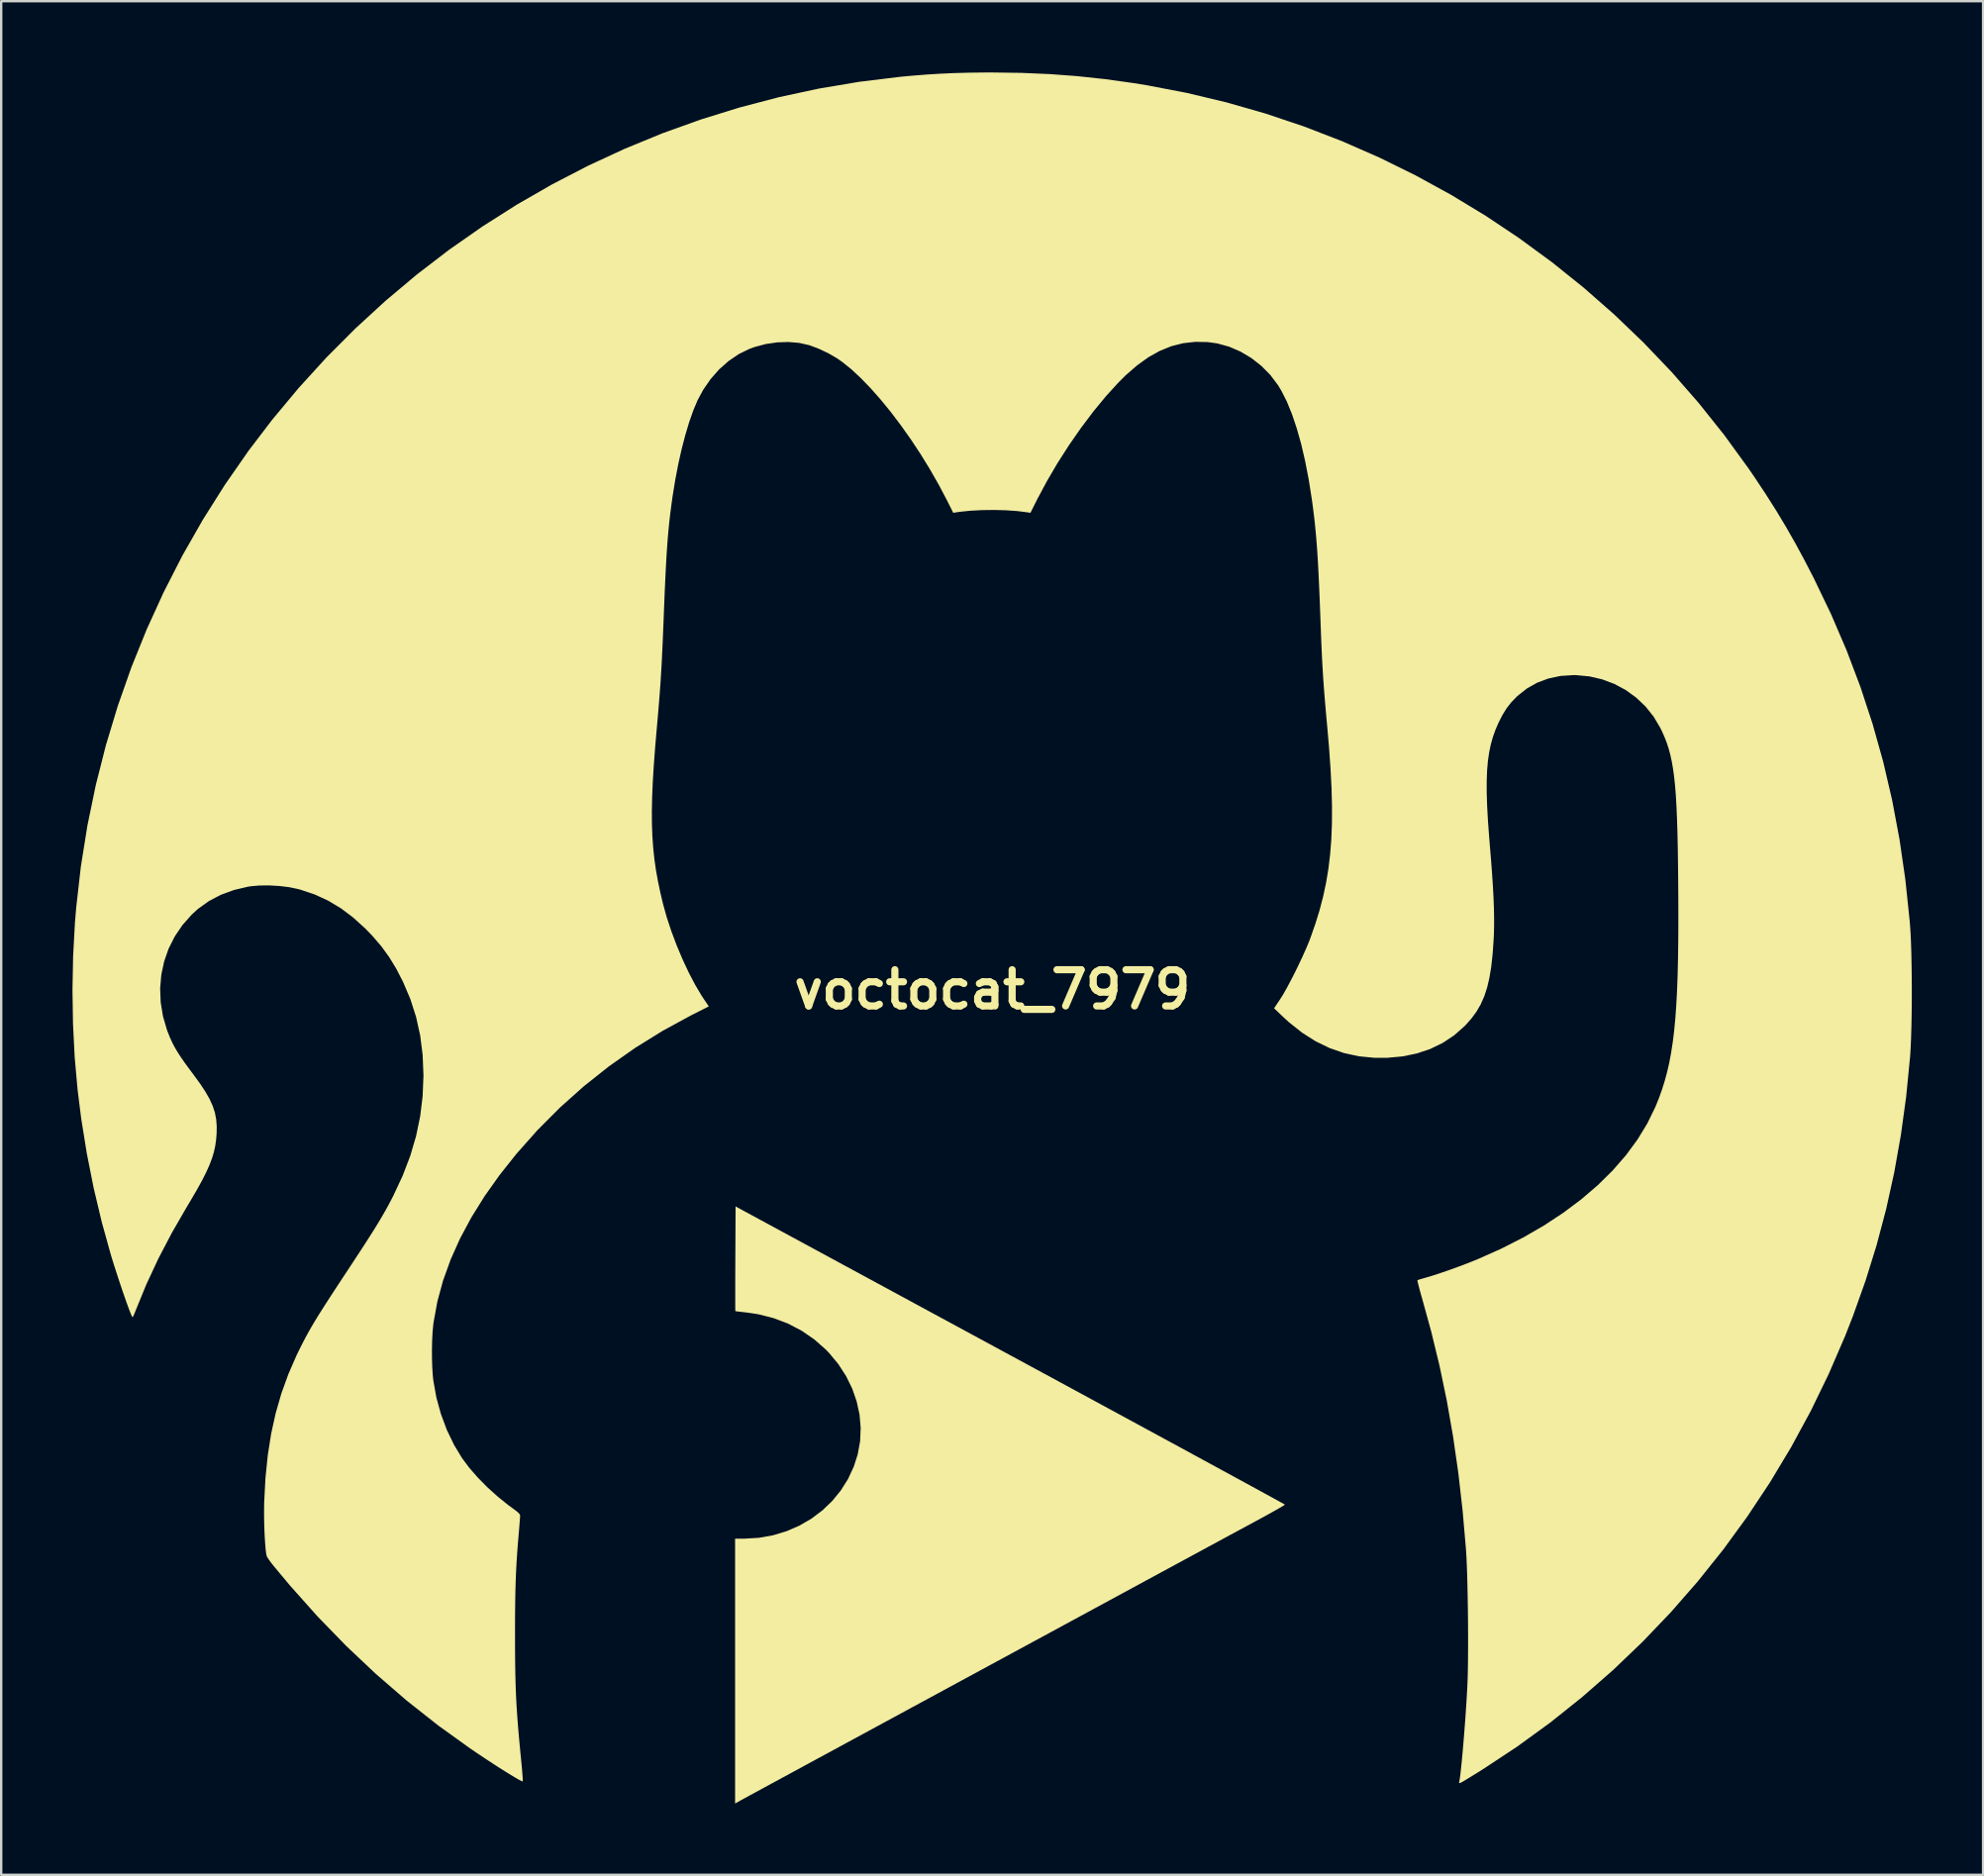
<source format=kicad_pcb>
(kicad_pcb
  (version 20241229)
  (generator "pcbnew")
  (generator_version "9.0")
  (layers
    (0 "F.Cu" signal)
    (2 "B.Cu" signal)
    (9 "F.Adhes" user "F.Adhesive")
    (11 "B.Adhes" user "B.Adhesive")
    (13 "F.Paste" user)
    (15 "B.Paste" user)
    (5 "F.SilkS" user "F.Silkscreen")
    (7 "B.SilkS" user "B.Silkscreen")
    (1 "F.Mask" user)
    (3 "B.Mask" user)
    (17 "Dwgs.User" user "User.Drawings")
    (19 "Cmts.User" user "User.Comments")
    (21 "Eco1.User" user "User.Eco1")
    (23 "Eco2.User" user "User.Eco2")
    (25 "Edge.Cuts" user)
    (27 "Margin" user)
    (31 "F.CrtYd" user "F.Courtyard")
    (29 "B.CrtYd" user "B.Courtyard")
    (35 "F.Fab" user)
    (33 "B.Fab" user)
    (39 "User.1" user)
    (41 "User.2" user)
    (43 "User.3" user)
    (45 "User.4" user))
  (footprint "voctocat_7979"
    (layer "F.Cu")
    (at 38.708 38.594)
    (property "Reference" "voctocat_7979" (at 0 0 0) (layer "F.SilkS") (effects (font (size 1.524 1.524) (thickness 0.3))))
    (attr board_only exclude_from_pos_files exclude_from_bom)
    (fp_poly (pts (xy 0.75 15.387) (xy 1.642 15.87) (xy 2.516 16.343) (xy 3.369 16.806) (xy 4.199 17.256) (xy 5.004 17.693) (xy 5.78 18.114) (xy 6.526 18.519) (xy 7.238 18.906) (xy 7.915 19.273) (xy 8.553 19.62) (xy 9.15 19.945) (xy 9.704 20.247) (xy 10.212 20.523) (xy 10.671 20.773) (xy 11.08 20.996) (xy 11.434 21.19) (xy 11.732 21.353) (xy 11.972 21.485) (xy 12.15 21.583) (xy 12.264 21.647) (xy 12.312 21.675) (xy 12.313 21.676) (xy 12.281 21.701) (xy 12.187 21.759) (xy 12.039 21.845) (xy 11.843 21.956) (xy 11.607 22.087) (xy 11.339 22.234) (xy 11.047 22.393) (xy 10.99 22.424) (xy 10.708 22.576) (xy 10.367 22.76) (xy 9.979 22.969) (xy 9.555 23.199) (xy 9.107 23.441) (xy 8.644 23.692) (xy 8.179 23.944) (xy 7.722 24.191) (xy 7.367 24.384) (xy 7.108 24.524) (xy 6.783 24.7) (xy 6.398 24.909) (xy 5.957 25.148) (xy 5.465 25.415) (xy 4.925 25.708) (xy 4.343 26.023) (xy 3.722 26.36) (xy 3.068 26.714) (xy 2.385 27.085) (xy 1.676 27.469) (xy 0.948 27.864) (xy 0.204 28.267) (xy -0.552 28.677) (xy -1.315 29.09) (xy -2.08 29.505) (xy -2.666 29.823) (xy -3.398 30.219) (xy -4.112 30.607) (xy -4.806 30.983) (xy -5.477 31.347) (xy -6.121 31.696) (xy -6.736 32.03) (xy -7.318 32.345) (xy -7.863 32.641) (xy -8.369 32.916) (xy -8.832 33.167) (xy -9.249 33.393) (xy -9.617 33.593) (xy -9.933 33.765) (xy -10.193 33.906) (xy -10.394 34.016) (xy -10.533 34.092) (xy -10.607 34.132) (xy -10.616 34.137) (xy -10.824 34.254) (xy -10.824 23.109) (xy -10.438 23.109) (xy -9.822 23.072) (xy -9.225 22.966) (xy -8.655 22.793) (xy -8.116 22.559) (xy -7.612 22.266) (xy -7.151 21.919) (xy -6.736 21.522) (xy -6.374 21.078) (xy -6.068 20.592) (xy -5.826 20.067) (xy -5.664 19.56) (xy -5.563 19.009) (xy -5.539 18.449) (xy -5.587 17.888) (xy -5.708 17.333) (xy -5.897 16.789) (xy -6.155 16.265) (xy -6.478 15.765) (xy -6.864 15.298) (xy -7.009 15.148) (xy -7.494 14.721) (xy -8.025 14.357) (xy -8.597 14.058) (xy -9.206 13.827) (xy -9.848 13.664) (xy -10.369 13.587) (xy -10.545 13.567) (xy -10.688 13.551) (xy -10.783 13.538) (xy -10.814 13.532) (xy -10.816 13.492) (xy -10.817 13.38) (xy -10.818 13.203) (xy -10.818 12.969) (xy -10.818 12.684) (xy -10.818 12.356) (xy -10.817 11.991) (xy -10.815 11.598) (xy -10.814 11.325) (xy -10.804 9.128)) (stroke (width 0) (type solid)) (fill yes) (layer "F.SilkS"))
    (fp_poly (pts (xy 1.222 -38.577) (xy 2.416 -38.526) (xy 3.583 -38.439) (xy 4.747 -38.314) (xy 5.931 -38.149) (xy 6.495 -38.058) (xy 8.187 -37.734) (xy 9.857 -37.335) (xy 11.504 -36.863) (xy 13.125 -36.318) (xy 14.718 -35.702) (xy 16.281 -35.017) (xy 17.811 -34.264) (xy 19.306 -33.445) (xy 20.763 -32.562) (xy 22.181 -31.614) (xy 23.557 -30.605) (xy 24.888 -29.536) (xy 26.173 -28.408) (xy 27.409 -27.222) (xy 28.595 -25.98) (xy 29.726 -24.684) (xy 30.802 -23.335) (xy 31.82 -21.935) (xy 32.084 -21.549) (xy 32.56 -20.83) (xy 32.996 -20.142) (xy 33.404 -19.464) (xy 33.797 -18.774) (xy 34.188 -18.05) (xy 34.564 -17.322) (xy 35.293 -15.804) (xy 35.949 -14.276) (xy 36.533 -12.733) (xy 37.046 -11.171) (xy 37.491 -9.584) (xy 37.867 -7.968) (xy 38.177 -6.318) (xy 38.422 -4.63) (xy 38.603 -2.898) (xy 38.621 -2.686) (xy 38.643 -2.35) (xy 38.661 -1.948) (xy 38.675 -1.494) (xy 38.685 -0.999) (xy 38.691 -0.479) (xy 38.694 0.055) (xy 38.692 0.59) (xy 38.686 1.112) (xy 38.676 1.609) (xy 38.662 2.067) (xy 38.644 2.474) (xy 38.623 2.815) (xy 38.62 2.844) (xy 38.456 4.509) (xy 38.234 6.125) (xy 37.954 7.699) (xy 37.614 9.241) (xy 37.212 10.758) (xy 36.745 12.259) (xy 36.213 13.75) (xy 35.889 14.576) (xy 35.199 16.174) (xy 34.442 17.734) (xy 33.617 19.256) (xy 32.727 20.737) (xy 31.774 22.174) (xy 30.76 23.566) (xy 29.685 24.91) (xy 28.553 26.205) (xy 27.365 27.448) (xy 26.123 28.637) (xy 24.828 29.77) (xy 23.483 30.845) (xy 22.088 31.859) (xy 20.647 32.811) (xy 20.42 32.953) (xy 20.169 33.108) (xy 19.978 33.225) (xy 19.838 33.309) (xy 19.743 33.363) (xy 19.683 33.39) (xy 19.653 33.395) (xy 19.643 33.381) (xy 19.646 33.353) (xy 19.651 33.332) (xy 19.672 33.209) (xy 19.698 33.017) (xy 19.726 32.765) (xy 19.757 32.463) (xy 19.789 32.12) (xy 19.821 31.745) (xy 19.854 31.349) (xy 19.886 30.94) (xy 19.916 30.528) (xy 19.943 30.123) (xy 19.967 29.734) (xy 19.987 29.37) (xy 19.991 29.291) (xy 20.004 28.971) (xy 20.013 28.587) (xy 20.018 28.152) (xy 20.021 27.676) (xy 20.021 27.173) (xy 20.019 26.654) (xy 20.013 26.131) (xy 20.005 25.615) (xy 19.995 25.119) (xy 19.983 24.654) (xy 19.968 24.233) (xy 19.952 23.867) (xy 19.933 23.567) (xy 19.933 23.563) (xy 19.79 21.918) (xy 19.609 20.333) (xy 19.388 18.798) (xy 19.126 17.303) (xy 18.821 15.838) (xy 18.47 14.393) (xy 18.099 13.045) (xy 18.031 12.807) (xy 17.973 12.595) (xy 17.928 12.422) (xy 17.899 12.298) (xy 17.889 12.235) (xy 17.89 12.229) (xy 17.937 12.213) (xy 18.04 12.181) (xy 18.181 12.141) (xy 18.23 12.127) (xy 18.518 12.041) (xy 18.858 11.93) (xy 19.231 11.802) (xy 19.615 11.663) (xy 19.992 11.521) (xy 20.341 11.382) (xy 20.412 11.353) (xy 21.4 10.913) (xy 22.334 10.439) (xy 23.211 9.932) (xy 24.028 9.394) (xy 24.785 8.827) (xy 25.477 8.234) (xy 26.104 7.616) (xy 26.662 6.975) (xy 27.15 6.313) (xy 27.565 5.632) (xy 27.904 4.935) (xy 27.92 4.898) (xy 28.057 4.557) (xy 28.181 4.21) (xy 28.293 3.853) (xy 28.394 3.482) (xy 28.484 3.092) (xy 28.562 2.678) (xy 28.631 2.235) (xy 28.69 1.759) (xy 28.74 1.245) (xy 28.78 0.689) (xy 28.813 0.085) (xy 28.838 -0.572) (xy 28.855 -1.285) (xy 28.866 -2.06) (xy 28.87 -2.902) (xy 28.868 -3.814) (xy 28.864 -4.444) (xy 28.856 -5.229) (xy 28.846 -5.941) (xy 28.832 -6.584) (xy 28.814 -7.163) (xy 28.792 -7.685) (xy 28.765 -8.153) (xy 28.732 -8.574) (xy 28.692 -8.952) (xy 28.646 -9.293) (xy 28.592 -9.602) (xy 28.53 -9.884) (xy 28.46 -10.145) (xy 28.38 -10.389) (xy 28.29 -10.621) (xy 28.19 -10.848) (xy 28.113 -11.007) (xy 27.83 -11.484) (xy 27.49 -11.911) (xy 27.096 -12.286) (xy 26.657 -12.604) (xy 26.179 -12.861) (xy 25.666 -13.054) (xy 25.127 -13.179) (xy 24.567 -13.232) (xy 24.45 -13.233) (xy 23.911 -13.198) (xy 23.404 -13.091) (xy 22.932 -12.915) (xy 22.497 -12.67) (xy 22.1 -12.356) (xy 22.074 -12.331) (xy 21.841 -12.091) (xy 21.644 -11.839) (xy 21.465 -11.55) (xy 21.309 -11.243) (xy 21.179 -10.945) (xy 21.069 -10.64) (xy 20.979 -10.32) (xy 20.908 -9.98) (xy 20.855 -9.612) (xy 20.821 -9.21) (xy 20.805 -8.767) (xy 20.805 -8.276) (xy 20.823 -7.73) (xy 20.856 -7.124) (xy 20.906 -6.449) (xy 20.93 -6.151) (xy 20.985 -5.484) (xy 21.03 -4.888) (xy 21.065 -4.355) (xy 21.091 -3.876) (xy 21.108 -3.444) (xy 21.116 -3.051) (xy 21.116 -2.689) (xy 21.108 -2.35) (xy 21.096 -2.09) (xy 21.054 -1.492) (xy 20.996 -0.963) (xy 20.919 -0.496) (xy 20.822 -0.081) (xy 20.7 0.289) (xy 20.552 0.624) (xy 20.373 0.931) (xy 20.163 1.218) (xy 19.917 1.495) (xy 19.87 1.543) (xy 19.437 1.925) (xy 18.958 2.243) (xy 18.435 2.498) (xy 17.869 2.688) (xy 17.264 2.813) (xy 16.62 2.872) (xy 16.082 2.872) (xy 15.43 2.809) (xy 14.802 2.673) (xy 14.196 2.463) (xy 13.61 2.179) (xy 13.043 1.819) (xy 12.492 1.383) (xy 12.244 1.156) (xy 11.857 0.788) (xy 12.114 0.404) (xy 12.243 0.198) (xy 12.393 -0.067) (xy 12.557 -0.375) (xy 12.729 -0.71) (xy 12.899 -1.058) (xy 13.061 -1.404) (xy 13.208 -1.732) (xy 13.331 -2.028) (xy 13.389 -2.18) (xy 13.593 -2.762) (xy 13.77 -3.335) (xy 13.92 -3.907) (xy 14.044 -4.485) (xy 14.142 -5.075) (xy 14.216 -5.686) (xy 14.266 -6.325) (xy 14.292 -6.997) (xy 14.295 -7.712) (xy 14.275 -8.475) (xy 14.233 -9.294) (xy 14.171 -10.177) (xy 14.103 -10.962) (xy 14.054 -11.495) (xy 14.013 -11.969) (xy 13.977 -12.4) (xy 13.946 -12.801) (xy 13.919 -13.188) (xy 13.896 -13.575) (xy 13.874 -13.977) (xy 13.854 -14.409) (xy 13.834 -14.886) (xy 13.814 -15.421) (xy 13.807 -15.623) (xy 13.781 -16.299) (xy 13.756 -16.905) (xy 13.731 -17.449) (xy 13.705 -17.94) (xy 13.678 -18.386) (xy 13.648 -18.796) (xy 13.616 -19.179) (xy 13.581 -19.543) (xy 13.542 -19.897) (xy 13.498 -20.249) (xy 13.45 -20.608) (xy 13.448 -20.62) (xy 13.316 -21.456) (xy 13.165 -22.237) (xy 12.997 -22.961) (xy 12.81 -23.623) (xy 12.608 -24.221) (xy 12.392 -24.75) (xy 12.161 -25.206) (xy 12.019 -25.44) (xy 11.696 -25.868) (xy 11.319 -26.249) (xy 10.899 -26.578) (xy 10.445 -26.848) (xy 9.964 -27.055) (xy 9.467 -27.192) (xy 9.066 -27.248) (xy 8.54 -27.258) (xy 8.031 -27.201) (xy 7.537 -27.076) (xy 7.052 -26.88) (xy 6.573 -26.613) (xy 6.096 -26.271) (xy 5.617 -25.855) (xy 5.31 -25.549) (xy 4.786 -24.974) (xy 4.259 -24.335) (xy 3.738 -23.644) (xy 3.231 -22.915) (xy 2.748 -22.162) (xy 2.299 -21.397) (xy 1.891 -20.635) (xy 1.848 -20.549) (xy 1.605 -20.063) (xy 1.464 -20.085) (xy 1.044 -20.137) (xy 0.572 -20.17) (xy 0.071 -20.183) (xy -0.434 -20.177) (xy -0.919 -20.151) (xy -1.361 -20.106) (xy -1.503 -20.085) (xy -1.644 -20.063) (xy -1.898 -20.569) (xy -2.245 -21.228) (xy -2.617 -21.881) (xy -3.011 -22.522) (xy -3.421 -23.143) (xy -3.843 -23.739) (xy -4.27 -24.303) (xy -4.699 -24.829) (xy -5.124 -25.31) (xy -5.541 -25.74) (xy -5.943 -26.113) (xy -6.328 -26.421) (xy -6.555 -26.578) (xy -6.915 -26.785) (xy -7.305 -26.969) (xy -7.688 -27.113) (xy -7.703 -27.118) (xy -8.121 -27.213) (xy -8.577 -27.252) (xy -9.053 -27.236) (xy -9.533 -27.166) (xy -10 -27.042) (xy -10.211 -26.966) (xy -10.665 -26.745) (xy -11.095 -26.453) (xy -11.494 -26.1) (xy -11.855 -25.69) (xy -12.17 -25.234) (xy -12.404 -24.797) (xy -12.58 -24.38) (xy -12.752 -23.893) (xy -12.916 -23.347) (xy -13.072 -22.75) (xy -13.215 -22.113) (xy -13.343 -21.444) (xy -13.455 -20.754) (xy -13.466 -20.679) (xy -13.512 -20.344) (xy -13.554 -20.018) (xy -13.591 -19.693) (xy -13.625 -19.359) (xy -13.656 -19.01) (xy -13.684 -18.636) (xy -13.711 -18.229) (xy -13.736 -17.782) (xy -13.761 -17.285) (xy -13.786 -16.73) (xy -13.811 -16.109) (xy -13.826 -15.722) (xy -13.85 -15.129) (xy -13.872 -14.6) (xy -13.894 -14.123) (xy -13.916 -13.683) (xy -13.941 -13.265) (xy -13.967 -12.857) (xy -13.997 -12.443) (xy -14.032 -12.01) (xy -14.071 -11.545) (xy -14.116 -11.032) (xy -14.122 -10.962) (xy -14.192 -10.147) (xy -14.247 -9.402) (xy -14.289 -8.719) (xy -14.315 -8.09) (xy -14.327 -7.508) (xy -14.324 -6.964) (xy -14.305 -6.451) (xy -14.27 -5.962) (xy -14.22 -5.487) (xy -14.153 -5.02) (xy -14.069 -4.552) (xy -13.969 -4.076) (xy -13.859 -3.614) (xy -13.702 -3.047) (xy -13.508 -2.459) (xy -13.285 -1.865) (xy -13.039 -1.281) (xy -12.778 -0.722) (xy -12.507 -0.205) (xy -12.234 0.256) (xy -12.124 0.423) (xy -11.93 0.708) (xy -12.674 1.085) (xy -13.872 1.737) (xy -15.025 2.452) (xy -16.13 3.229) (xy -17.186 4.067) (xy -18.19 4.963) (xy -19.14 5.916) (xy -20.024 6.912) (xy -20.736 7.808) (xy -21.369 8.701) (xy -21.923 9.591) (xy -22.399 10.479) (xy -22.795 11.364) (xy -23.113 12.246) (xy -23.352 13.124) (xy -23.512 14) (xy -23.522 14.075) (xy -23.552 14.383) (xy -23.572 14.745) (xy -23.581 15.137) (xy -23.579 15.537) (xy -23.567 15.92) (xy -23.543 16.263) (xy -23.523 16.452) (xy -23.396 17.163) (xy -23.204 17.862) (xy -22.953 18.535) (xy -22.647 19.169) (xy -22.311 19.723) (xy -22.012 20.124) (xy -21.652 20.536) (xy -21.246 20.948) (xy -20.808 21.343) (xy -20.351 21.71) (xy -20.116 21.881) (xy -19.969 21.994) (xy -19.889 22.082) (xy -19.87 22.137) (xy -19.874 22.203) (xy -19.883 22.333) (xy -19.897 22.511) (xy -19.914 22.722) (xy -19.927 22.872) (xy -19.965 23.32) (xy -19.996 23.736) (xy -20.022 24.134) (xy -20.042 24.526) (xy -20.058 24.925) (xy -20.07 25.345) (xy -20.078 25.799) (xy -20.083 26.299) (xy -20.085 26.86) (xy -20.085 27.138) (xy -20.084 27.753) (xy -20.08 28.303) (xy -20.072 28.803) (xy -20.06 29.267) (xy -20.043 29.71) (xy -20.02 30.146) (xy -19.991 30.589) (xy -19.955 31.055) (xy -19.911 31.556) (xy -19.859 32.108) (xy -19.824 32.462) (xy -19.8 32.711) (xy -19.781 32.932) (xy -19.767 33.115) (xy -19.759 33.247) (xy -19.759 33.316) (xy -19.761 33.323) (xy -19.803 33.312) (xy -19.903 33.262) (xy -20.054 33.176) (xy -20.249 33.059) (xy -20.481 32.916) (xy -20.741 32.752) (xy -21.024 32.57) (xy -21.321 32.375) (xy -21.626 32.172) (xy -21.931 31.965) (xy -21.944 31.957) (xy -23.312 30.974) (xy -24.645 29.922) (xy -25.94 28.802) (xy -27.194 27.618) (xy -28.404 26.372) (xy -29.569 25.065) (xy -30.25 24.248) (xy -30.36 24.107) (xy -30.452 23.98) (xy -30.515 23.883) (xy -30.531 23.85) (xy -30.555 23.749) (xy -30.577 23.582) (xy -30.597 23.36) (xy -30.614 23.096) (xy -30.629 22.803) (xy -30.639 22.493) (xy -30.645 22.179) (xy -30.645 21.872) (xy -30.641 21.585) (xy -30.64 21.568) (xy -30.587 20.555) (xy -30.49 19.6) (xy -30.348 18.694) (xy -30.157 17.829) (xy -29.917 16.996) (xy -29.624 16.186) (xy -29.277 15.39) (xy -29.11 15.048) (xy -29 14.832) (xy -28.892 14.626) (xy -28.781 14.424) (xy -28.664 14.217) (xy -28.535 13.998) (xy -28.39 13.761) (xy -28.225 13.497) (xy -28.035 13.2) (xy -27.816 12.861) (xy -27.563 12.474) (xy -27.271 12.031) (xy -27.178 11.89) (xy -26.864 11.414) (xy -26.59 10.995) (xy -26.351 10.628) (xy -26.144 10.303) (xy -25.963 10.015) (xy -25.804 9.755) (xy -25.663 9.516) (xy -25.534 9.292) (xy -25.415 9.074) (xy -25.299 8.856) (xy -25.204 8.671) (xy -24.811 7.829) (xy -24.493 6.997) (xy -24.249 6.168) (xy -24.076 5.335) (xy -23.973 4.49) (xy -23.938 3.627) (xy -23.938 3.608) (xy -23.972 2.756) (xy -24.075 1.939) (xy -24.248 1.154) (xy -24.492 0.394) (xy -24.798 -0.324) (xy -25.084 -0.879) (xy -25.387 -1.376) (xy -25.72 -1.833) (xy -26.098 -2.271) (xy -26.386 -2.568) (xy -26.896 -3.031) (xy -27.414 -3.421) (xy -27.95 -3.742) (xy -28.511 -4) (xy -29.108 -4.201) (xy -29.232 -4.234) (xy -29.593 -4.309) (xy -29.997 -4.358) (xy -30.416 -4.382) (xy -30.825 -4.38) (xy -31.197 -4.348) (xy -31.311 -4.331) (xy -31.912 -4.19) (xy -32.464 -3.988) (xy -32.969 -3.722) (xy -33.426 -3.394) (xy -33.691 -3.153) (xy -34.081 -2.712) (xy -34.406 -2.232) (xy -34.663 -1.72) (xy -34.851 -1.18) (xy -34.97 -0.621) (xy -35.019 -0.047) (xy -34.996 0.536) (xy -34.9 1.122) (xy -34.731 1.703) (xy -34.61 2.01) (xy -34.518 2.213) (xy -34.417 2.409) (xy -34.299 2.611) (xy -34.158 2.83) (xy -33.986 3.078) (xy -33.774 3.368) (xy -33.619 3.575) (xy -33.339 3.959) (xy -33.113 4.301) (xy -32.936 4.612) (xy -32.805 4.902) (xy -32.714 5.183) (xy -32.66 5.466) (xy -32.638 5.762) (xy -32.642 6.044) (xy -32.663 6.317) (xy -32.7 6.579) (xy -32.757 6.839) (xy -32.838 7.107) (xy -32.946 7.389) (xy -33.084 7.696) (xy -33.256 8.036) (xy -33.466 8.417) (xy -33.718 8.848) (xy -33.885 9.127) (xy -34.524 10.234) (xy -35.095 11.325) (xy -35.601 12.411) (xy -36.048 13.503) (xy -36.085 13.599) (xy -36.13 13.706) (xy -36.168 13.773) (xy -36.182 13.786) (xy -36.207 13.75) (xy -36.253 13.647) (xy -36.316 13.487) (xy -36.393 13.278) (xy -36.482 13.029) (xy -36.58 12.748) (xy -36.682 12.446) (xy -36.787 12.129) (xy -36.891 11.809) (xy -36.992 11.492) (xy -37.085 11.189) (xy -37.094 11.159) (xy -37.478 9.777) (xy -37.817 8.348) (xy -38.106 6.892) (xy -38.341 5.43) (xy -38.494 4.207) (xy -38.615 2.846) (xy -38.686 1.443) (xy -38.708 0.02) (xy -38.681 -1.403) (xy -38.605 -2.804) (xy -38.551 -3.456) (xy -38.354 -5.189) (xy -38.079 -6.905) (xy -37.728 -8.602) (xy -37.303 -10.278) (xy -36.803 -11.931) (xy -36.23 -13.559) (xy -35.584 -15.159) (xy -34.867 -16.729) (xy -34.08 -18.268) (xy -33.222 -19.772) (xy -32.296 -21.24) (xy -31.302 -22.67) (xy -30.306 -23.977) (xy -29.191 -25.315) (xy -28.023 -26.597) (xy -26.803 -27.82) (xy -25.534 -28.985) (xy -24.219 -30.09) (xy -22.858 -31.133) (xy -21.456 -32.113) (xy -20.013 -33.03) (xy -18.533 -33.881) (xy -17.017 -34.666) (xy -15.468 -35.383) (xy -13.888 -36.032) (xy -12.279 -36.611) (xy -10.644 -37.118) (xy -8.985 -37.553) (xy -7.304 -37.915) (xy -5.603 -38.201) (xy -3.885 -38.411) (xy -3.437 -38.453) (xy -2.813 -38.503) (xy -2.214 -38.541) (xy -1.616 -38.568) (xy -0.996 -38.585) (xy -0.331 -38.593) (xy -0.02 -38.594)) (stroke (width 0) (type solid)) (fill yes) (layer "F.SilkS")))
  (gr_rect
    (start -3 -3)
    (end 80.402 75.848)
    (stroke (width 0.1) (type default))
    (fill no)
    (layer "Edge.Cuts")))
</source>
